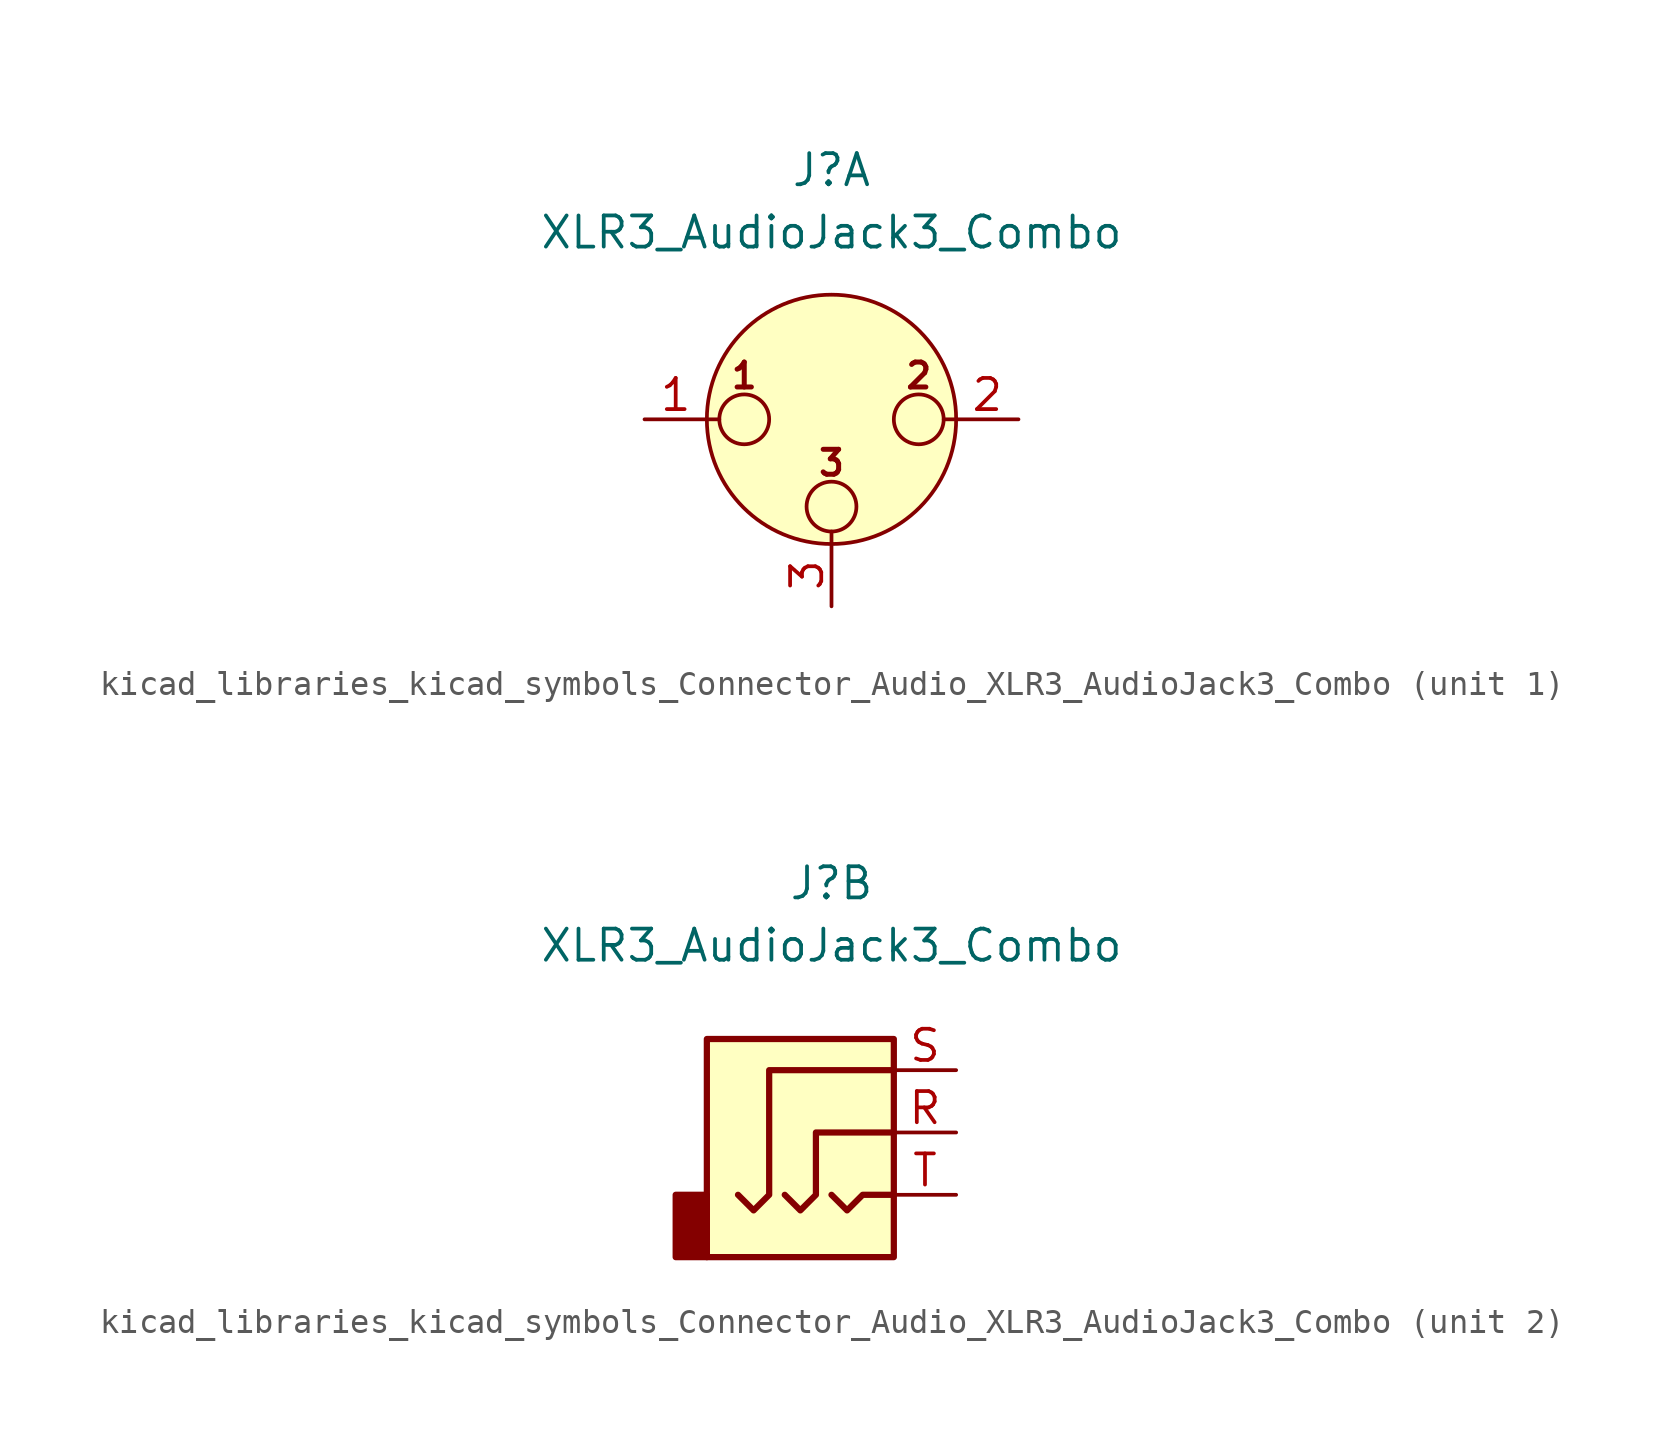
<source format=kicad_sym>
(kicad_symbol_lib
  (version 20220914)
  (generator kicad_symbol_editor)
  (symbol "kicad_libraries_kicad_symbols_Connector_Audio_XLR3_AudioJack3_Combo"
    (pin_names hide)
    (property "Reference" "J"
      (at 0 10.16 0)
      (effects (font (size 1.27 1.27))))
    (property "Value" "XLR3_AudioJack3_Combo"
      (at 0 7.62 0)
      (effects (font (size 1.27 1.27))))
    (symbol "kicad_libraries_kicad_symbols_Connector_Audio_XLR3_AudioJack3_Combo_1_1"
      (circle (center -3.556 0) (radius 1.016) (stroke (width 0) (type default)) (fill (type none)))
      (circle (center 0 -3.556) (radius 1.016) (stroke (width 0) (type default)) (fill (type none)))
      (polyline (pts (xy -5.08 0) (xy -4.572 0)) (stroke (width 0) (type default)) (fill (type none)))
      (polyline (pts (xy 0 -5.08) (xy 0 -4.572)) (stroke (width 0) (type default)) (fill (type none)))
      (polyline (pts (xy 5.08 0) (xy 4.572 0)) (stroke (width 0) (type default)) (fill (type none)))
      (circle (center 0 0) (radius 5.08) (stroke (width 0) (type default)) (fill (type background)))
      (circle (center 3.556 0) (radius 1.016) (stroke (width 0) (type default)) (fill (type none)))
      (text "1" (at -3.556 1.778 0) (effects (font (size 1.016 1.016) bold)))
      (text "2" (at 3.556 1.778 0) (effects (font (size 1.016 1.016) bold)))
      (text "3" (at 0 -1.778 0) (effects (font (size 1.016 1.016) bold)))
      (pin passive line (at -7.62 0 0) (length 2.54) (name "~" (effects (font (size 1.27 1.27)))) (number "1" (effects (font (size 1.27 1.27)))))
      (pin passive line (at 7.62 0 180) (length 2.54) (name "~" (effects (font (size 1.27 1.27)))) (number "2" (effects (font (size 1.27 1.27)))))
      (pin passive line (at 0 -7.62 90) (length 2.54) (name "~" (effects (font (size 1.27 1.27)))) (number "3" (effects (font (size 1.27 1.27))))))
    (symbol "kicad_libraries_kicad_symbols_Connector_Audio_XLR3_AudioJack3_Combo_2_1"
      (rectangle (start -5.08 -2.54) (end -6.35 -5.08) (stroke (width 0.254) (type default)) (fill (type outline)))
      (polyline (pts (xy 0 -2.54) (xy 0.635 -3.175) (xy 1.27 -2.54) (xy 2.54 -2.54)) (stroke (width 0.254) (type default)) (fill (type none)))
      (polyline (pts (xy -1.905 -2.54) (xy -1.27 -3.175) (xy -0.635 -2.54) (xy -0.635 0) (xy 2.54 0)) (stroke (width 0.254) (type default)) (fill (type none)))
      (polyline (pts (xy 2.54 2.54) (xy -2.54 2.54) (xy -2.54 -2.54) (xy -3.175 -3.175) (xy -3.81 -2.54)) (stroke (width 0.254) (type default)) (fill (type none)))
      (rectangle (start 2.54 3.81) (end -5.08 -5.08) (stroke (width 0.254) (type default)) (fill (type background)))
      (pin passive line (at 5.08 0 180) (length 2.54) (name "~" (effects (font (size 1.27 1.27)))) (number "R" (effects (font (size 1.27 1.27)))))
      (pin passive line (at 5.08 2.54 180) (length 2.54) (name "~" (effects (font (size 1.27 1.27)))) (number "S" (effects (font (size 1.27 1.27)))))
      (pin passive line (at 5.08 -2.54 180) (length 2.54) (name "~" (effects (font (size 1.27 1.27)))) (number "T" (effects (font (size 1.27 1.27))))))))
</source>
